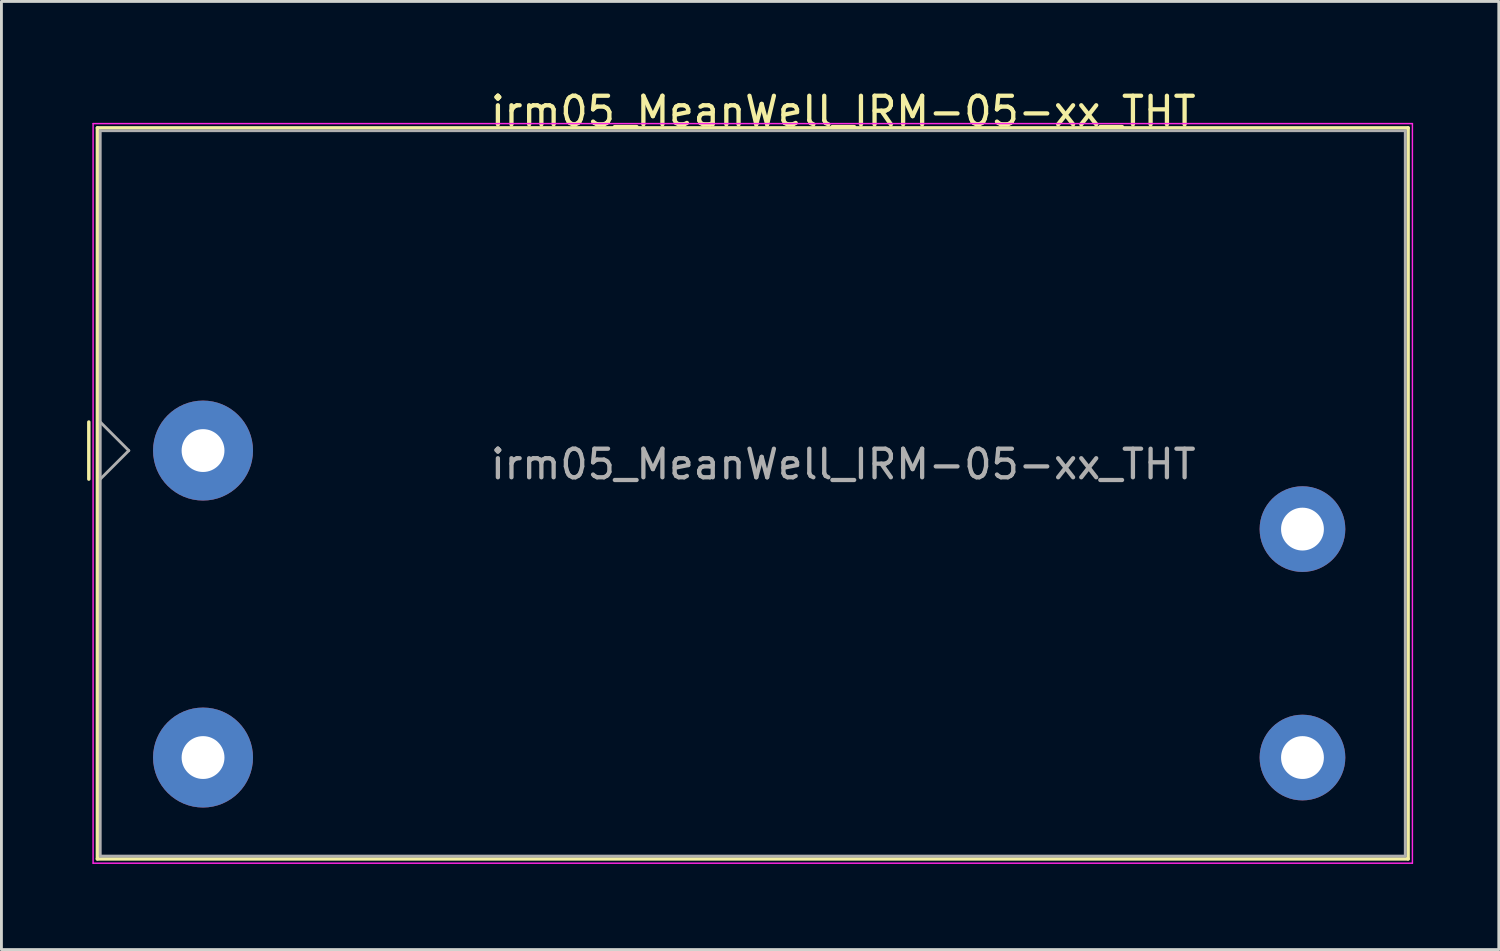
<source format=kicad_pcb>
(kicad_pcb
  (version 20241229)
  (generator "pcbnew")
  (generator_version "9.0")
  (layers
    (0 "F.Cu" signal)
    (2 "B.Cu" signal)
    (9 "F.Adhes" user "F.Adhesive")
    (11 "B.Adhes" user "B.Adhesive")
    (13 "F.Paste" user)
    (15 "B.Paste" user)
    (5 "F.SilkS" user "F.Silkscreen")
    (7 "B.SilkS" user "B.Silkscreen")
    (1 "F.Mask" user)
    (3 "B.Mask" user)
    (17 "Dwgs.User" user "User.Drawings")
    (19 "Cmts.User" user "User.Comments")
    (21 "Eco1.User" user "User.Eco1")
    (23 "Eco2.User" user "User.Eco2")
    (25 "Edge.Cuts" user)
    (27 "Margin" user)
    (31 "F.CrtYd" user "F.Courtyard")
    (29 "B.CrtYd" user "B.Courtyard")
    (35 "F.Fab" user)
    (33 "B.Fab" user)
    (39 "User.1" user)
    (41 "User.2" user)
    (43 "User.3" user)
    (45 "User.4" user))
  (footprint "irm05_MeanWell_IRM-05-xx_THT"
    (layer "F.Cu")
    (at 4.06 12.728)
    (property "Reference" "irm05_MeanWell_IRM-05-xx_THT" (at 22.42 -11.88 0) (layer "F.SilkS") (effects (font (size 1 1) (thickness 0.15))))
    (attr through_hole)
    (fp_line (start -4 -1) (end -4 1) (stroke (width 0.12) (type solid)) (layer "F.SilkS"))
    (fp_line (start -3.7 -11.3) (end -3.7 14.3) (stroke (width 0.12) (type solid)) (layer "F.SilkS"))
    (fp_line (start -3.7 -11.3) (end 42.2 -11.3) (stroke (width 0.12) (type solid)) (layer "F.SilkS"))
    (fp_line (start -3.7 14.3) (end 42.2 14.3) (stroke (width 0.12) (type solid)) (layer "F.SilkS"))
    (fp_line (start 42.2 -11.3) (end 42.2 14.3) (stroke (width 0.12) (type solid)) (layer "F.SilkS"))
    (fp_line (start -3.85 -11.45) (end -3.85 14.45) (stroke (width 0.05) (type solid)) (layer "F.CrtYd"))
    (fp_line (start -3.85 -11.45) (end 42.35 -11.45) (stroke (width 0.05) (type solid)) (layer "F.CrtYd"))
    (fp_line (start -3.85 14.45) (end 42.35 14.45) (stroke (width 0.05) (type solid)) (layer "F.CrtYd"))
    (fp_line (start 42.35 -11.45) (end 42.35 14.45) (stroke (width 0.05) (type solid)) (layer "F.CrtYd"))
    (fp_line (start -3.6 -11.2) (end -3.6 14.2) (stroke (width 0.1) (type solid)) (layer "F.Fab"))
    (fp_line (start -3.6 14.2) (end 42.1 14.2) (stroke (width 0.1) (type solid)) (layer "F.Fab"))
    (fp_line (start -2.6 0) (end -3.6 -1) (stroke (width 0.1) (type solid)) (layer "F.Fab"))
    (fp_line (start -2.6 0) (end -3.6 1) (stroke (width 0.1) (type solid)) (layer "F.Fab"))
    (fp_line (start 42.1 -11.2) (end -3.6 -11.2) (stroke (width 0.1) (type solid)) (layer "F.Fab"))
    (fp_line (start 42.1 -11.2) (end 42.1 14.2) (stroke (width 0.1) (type solid)) (layer "F.Fab"))
    (fp_text user "${REFERENCE}" (at 22.42 0.48 0) (layer "F.Fab") (effects (font (size 1 1) (thickness 0.15))))
    (pad "1" thru_hole circle (at 0 0) (size 3.5 3.5) (drill 1.5) (layers "*.Cu" "*.Mask"))
    (pad "2" thru_hole circle (at 0 10.75) (size 3.5 3.5) (drill 1.5) (layers "*.Cu" "*.Mask"))
    (pad "3" thru_hole circle (at 38.5 10.75) (size 3 3) (drill 1.5) (layers "*.Cu" "*.Mask"))
    (pad "4" thru_hole circle (at 38.5 2.75) (size 3 3) (drill 1.5) (layers "*.Cu" "*.Mask")))
  (gr_rect
    (start -3 -3)
    (end 49.435 30.203)
    (stroke (width 0.1) (type default))
    (fill no)
    (layer "Edge.Cuts")))
</source>
